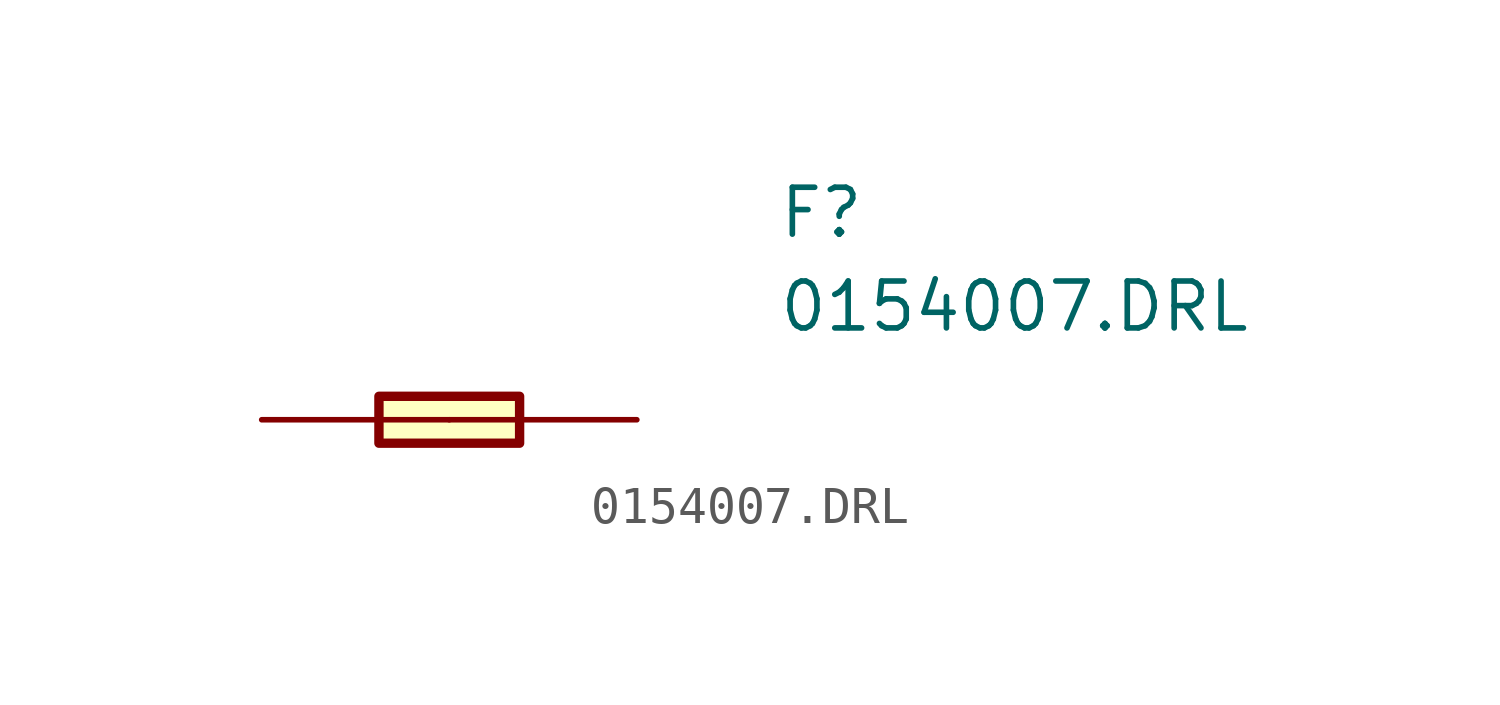
<source format=kicad_sym>
(kicad_symbol_lib
  (version 20220914)
  (generator kicad_symbol_editor)
  (symbol "0154007.DRL"
    (pin_numbers hide)
    (pin_names hide)
    (property "Reference" "F"
      (at 13.97 6.35 0)
      (effects (font (size 1.27 1.27)) (justify left top)))
    (property "Value" "0154007.DRL"
      (at 13.97 3.81 0)
      (effects (font (size 1.27 1.27)) (justify left top)))
    (symbol "0154007.DRL_1_1"
      (rectangle (start 3.175 0.635) (end 6.985 -0.635) (stroke (width 0.254) (type default)) (fill (type background)))
      (pin passive line (at 0 0 0) (length 5.08) (name "1" (effects (font (size 1.27 1.27)))) (number "1" (effects (font (size 1.27 1.27)))))
      (pin passive line (at 10.16 0 180) (length 5.08) (name "2" (effects (font (size 1.27 1.27)))) (number "2" (effects (font (size 1.27 1.27))))))))
</source>
